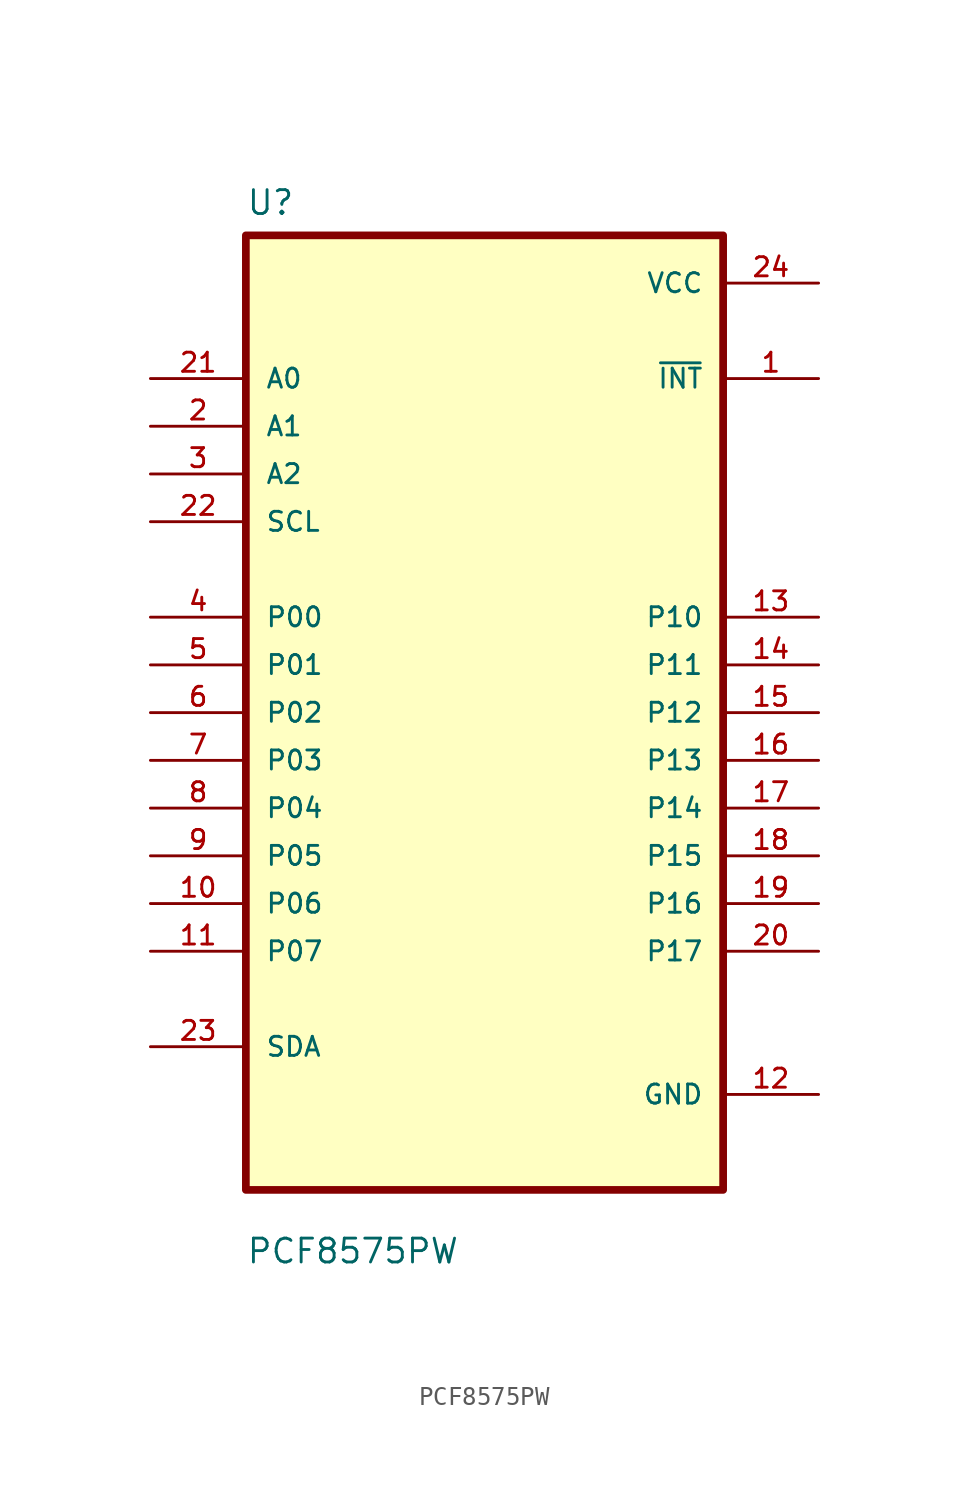
<source format=kicad_sym>
(kicad_symbol_lib
  (version 20211014)
  (generator kicad_symbol_editor)
  (symbol "PCF8575PW"
    (pin_names
      (offset 1.016))
    (property "Reference" "U"
      (at -12.7 26.4 0.0)
      (effects (font (size 1.27 1.27)) (justify bottom left)))
    (property "Value" "PCF8575PW"
      (at -12.7 -29.4 0.0)
      (effects (font (size 1.27 1.27)) (justify bottom left)))
    (symbol "PCF8575PW_0_0"
      (rectangle (start -12.7 -25.4) (end 12.7 25.4) (stroke (width 0.41)) (fill (type background)))
      (pin input line (at -17.78 17.78 0) (length 5.08) (name "A0" (effects (font (size 1.016 1.016)))) (number "21" (effects (font (size 1.016 1.016)))))
      (pin input line (at -17.78 15.24 0) (length 5.08) (name "A1" (effects (font (size 1.016 1.016)))) (number "2" (effects (font (size 1.016 1.016)))))
      (pin input line (at -17.78 12.7 0) (length 5.08) (name "A2" (effects (font (size 1.016 1.016)))) (number "3" (effects (font (size 1.016 1.016)))))
      (pin input line (at -17.78 10.16 0) (length 5.08) (name "SCL" (effects (font (size 1.016 1.016)))) (number "22" (effects (font (size 1.016 1.016)))))
      (pin bidirectional line (at -17.78 5.08 0) (length 5.08) (name "P00" (effects (font (size 1.016 1.016)))) (number "4" (effects (font (size 1.016 1.016)))))
      (pin bidirectional line (at -17.78 2.54 0) (length 5.08) (name "P01" (effects (font (size 1.016 1.016)))) (number "5" (effects (font (size 1.016 1.016)))))
      (pin bidirectional line (at -17.78 3.55271e-15 0) (length 5.08) (name "P02" (effects (font (size 1.016 1.016)))) (number "6" (effects (font (size 1.016 1.016)))))
      (pin bidirectional line (at -17.78 -2.54 0) (length 5.08) (name "P03" (effects (font (size 1.016 1.016)))) (number "7" (effects (font (size 1.016 1.016)))))
      (pin bidirectional line (at -17.78 -5.08 0) (length 5.08) (name "P04" (effects (font (size 1.016 1.016)))) (number "8" (effects (font (size 1.016 1.016)))))
      (pin bidirectional line (at -17.78 -7.62 0) (length 5.08) (name "P05" (effects (font (size 1.016 1.016)))) (number "9" (effects (font (size 1.016 1.016)))))
      (pin bidirectional line (at -17.78 -10.16 0) (length 5.08) (name "P06" (effects (font (size 1.016 1.016)))) (number "10" (effects (font (size 1.016 1.016)))))
      (pin bidirectional line (at -17.78 -12.7 0) (length 5.08) (name "P07" (effects (font (size 1.016 1.016)))) (number "11" (effects (font (size 1.016 1.016)))))
      (pin bidirectional line (at -17.78 -17.78 0) (length 5.08) (name "SDA" (effects (font (size 1.016 1.016)))) (number "23" (effects (font (size 1.016 1.016)))))
      (pin power_in line (at 17.78 22.86 180.0) (length 5.08) (name "VCC" (effects (font (size 1.016 1.016)))) (number "24" (effects (font (size 1.016 1.016)))))
      (pin output line (at 17.78 17.78 180.0) (length 5.08) (name "~{INT}" (effects (font (size 1.016 1.016)))) (number "1" (effects (font (size 1.016 1.016)))))
      (pin bidirectional line (at 17.78 5.08 180.0) (length 5.08) (name "P10" (effects (font (size 1.016 1.016)))) (number "13" (effects (font (size 1.016 1.016)))))
      (pin bidirectional line (at 17.78 2.54 180.0) (length 5.08) (name "P11" (effects (font (size 1.016 1.016)))) (number "14" (effects (font (size 1.016 1.016)))))
      (pin bidirectional line (at 17.78 1.77636e-15 180.0) (length 5.08) (name "P12" (effects (font (size 1.016 1.016)))) (number "15" (effects (font (size 1.016 1.016)))))
      (pin bidirectional line (at 17.78 -2.54 180.0) (length 5.08) (name "P13" (effects (font (size 1.016 1.016)))) (number "16" (effects (font (size 1.016 1.016)))))
      (pin bidirectional line (at 17.78 -5.08 180.0) (length 5.08) (name "P14" (effects (font (size 1.016 1.016)))) (number "17" (effects (font (size 1.016 1.016)))))
      (pin bidirectional line (at 17.78 -7.62 180.0) (length 5.08) (name "P15" (effects (font (size 1.016 1.016)))) (number "18" (effects (font (size 1.016 1.016)))))
      (pin bidirectional line (at 17.78 -10.16 180.0) (length 5.08) (name "P16" (effects (font (size 1.016 1.016)))) (number "19" (effects (font (size 1.016 1.016)))))
      (pin bidirectional line (at 17.78 -12.7 180.0) (length 5.08) (name "P17" (effects (font (size 1.016 1.016)))) (number "20" (effects (font (size 1.016 1.016)))))
      (pin power_in line (at 17.78 -20.32 180.0) (length 5.08) (name "GND" (effects (font (size 1.016 1.016)))) (number "12" (effects (font (size 1.016 1.016))))))))
</source>
